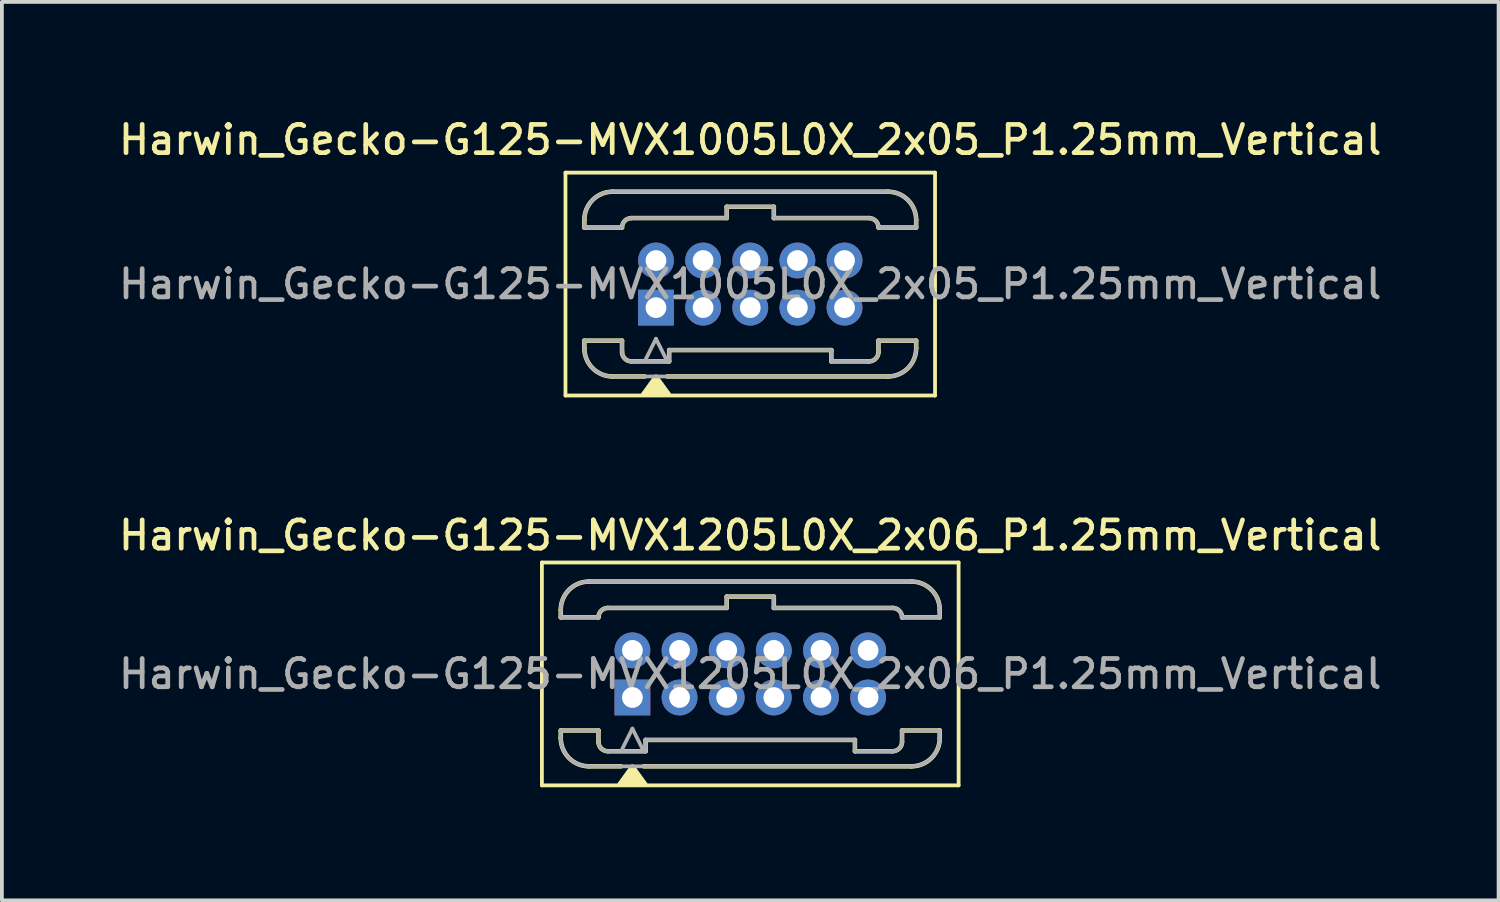
<source format=kicad_pcb>
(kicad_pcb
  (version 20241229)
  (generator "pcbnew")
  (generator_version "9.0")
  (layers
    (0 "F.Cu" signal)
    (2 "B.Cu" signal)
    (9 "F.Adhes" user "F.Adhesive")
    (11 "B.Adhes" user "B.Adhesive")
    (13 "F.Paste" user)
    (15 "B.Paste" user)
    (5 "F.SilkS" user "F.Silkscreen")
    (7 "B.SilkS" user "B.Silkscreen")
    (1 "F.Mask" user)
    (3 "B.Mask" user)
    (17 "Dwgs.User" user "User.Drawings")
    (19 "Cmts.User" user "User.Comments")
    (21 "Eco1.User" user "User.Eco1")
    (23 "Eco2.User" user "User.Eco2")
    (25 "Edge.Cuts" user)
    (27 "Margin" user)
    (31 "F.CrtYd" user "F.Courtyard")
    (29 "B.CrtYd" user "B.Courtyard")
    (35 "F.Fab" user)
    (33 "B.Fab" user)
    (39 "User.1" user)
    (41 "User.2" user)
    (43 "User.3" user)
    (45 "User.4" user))
  (footprint "Harwin_Gecko-G125-MVX1205L0X_2x06_P1.25mm_Vertical"
    (layer "F.Cu")
    (at 13.72 15.446)
    (property "Reference" "Harwin_Gecko-G125-MVX1205L0X_2x06_P1.25mm_Vertical" (at 3.125 -4.3 0) (layer "F.SilkS") (effects (font (size 0.75 0.75) (thickness 0.125))))
    (attr through_hole)
    (fp_line (start -2.4 -3.58) (end -2.4 2.33) (stroke (width 0.1) (type solid)) (layer "F.SilkS"))
    (fp_line (start -2.4 2.33) (end 8.65 2.33) (stroke (width 0.1) (type solid)) (layer "F.SilkS"))
    (fp_line (start -1.9 -2.325) (end -1.9 -2.125) (stroke (width 0.12) (type solid)) (layer "F.SilkS"))
    (fp_line (start -1.9 -2.125) (end -0.9 -2.125) (stroke (width 0.12) (type solid)) (layer "F.SilkS"))
    (fp_line (start -1.9 0.875) (end -0.9 0.875) (stroke (width 0.12) (type solid)) (layer "F.SilkS"))
    (fp_line (start -1.9 1.075) (end -1.9 0.875) (stroke (width 0.12) (type solid)) (layer "F.SilkS"))
    (fp_line (start -1.15 -3.075) (end 7.4 -3.075) (stroke (width 0.12) (type solid)) (layer "F.SilkS"))
    (fp_line (start -1.15 1.825) (end -0.3 1.825) (stroke (width 0.12) (type solid)) (layer "F.SilkS"))
    (fp_line (start -0.9 1.175) (end -0.9 0.875) (stroke (width 0.12) (type solid)) (layer "F.SilkS"))
    (fp_line (start -0.65 -2.375) (end 2.5 -2.375) (stroke (width 0.12) (type solid)) (layer "F.SilkS"))
    (fp_line (start -0.65 1.425) (end 0.35 1.425) (stroke (width 0.12) (type solid)) (layer "F.SilkS"))
    (fp_line (start 0.3 1.825) (end 7.4 1.825) (stroke (width 0.12) (type solid)) (layer "F.SilkS"))
    (fp_line (start 0.35 1.125) (end 5.9 1.125) (stroke (width 0.12) (type solid)) (layer "F.SilkS"))
    (fp_line (start 0.35 1.425) (end 0.35 1.125) (stroke (width 0.12) (type solid)) (layer "F.SilkS"))
    (fp_line (start 2.5 -2.675) (end 3.75 -2.675) (stroke (width 0.12) (type solid)) (layer "F.SilkS"))
    (fp_line (start 2.5 -2.375) (end 2.5 -2.675) (stroke (width 0.12) (type solid)) (layer "F.SilkS"))
    (fp_line (start 3.75 -2.675) (end 3.75 -2.375) (stroke (width 0.12) (type solid)) (layer "F.SilkS"))
    (fp_line (start 3.75 -2.375) (end 6.9 -2.375) (stroke (width 0.12) (type solid)) (layer "F.SilkS"))
    (fp_line (start 5.9 1.125) (end 5.9 1.425) (stroke (width 0.12) (type solid)) (layer "F.SilkS"))
    (fp_line (start 5.9 1.425) (end 6.9 1.425) (stroke (width 0.12) (type solid)) (layer "F.SilkS"))
    (fp_line (start 7.15 1.175) (end 7.15 0.875) (stroke (width 0.12) (type solid)) (layer "F.SilkS"))
    (fp_line (start 8.15 -2.325) (end 8.15 -2.125) (stroke (width 0.12) (type solid)) (layer "F.SilkS"))
    (fp_line (start 8.15 -2.125) (end 7.15 -2.125) (stroke (width 0.12) (type solid)) (layer "F.SilkS"))
    (fp_line (start 8.15 0.875) (end 7.15 0.875) (stroke (width 0.12) (type solid)) (layer "F.SilkS"))
    (fp_line (start 8.15 1.075) (end 8.15 0.875) (stroke (width 0.12) (type solid)) (layer "F.SilkS"))
    (fp_line (start 8.65 -3.58) (end -2.4 -3.58) (stroke (width 0.1) (type solid)) (layer "F.SilkS"))
    (fp_line (start 8.65 -3.58) (end 8.65 2.33) (stroke (width 0.1) (type solid)) (layer "F.SilkS"))
    (fp_arc (start -1.9 -2.325) (mid -1.68033 -2.85533) (end -1.15 -3.075) (stroke (width 0.12) (type solid)) (layer "F.SilkS"))
    (fp_arc (start -1.15 1.825) (mid -1.68033 1.60533) (end -1.9 1.075) (stroke (width 0.12) (type solid)) (layer "F.SilkS"))
    (fp_arc (start -0.9 -2.125) (mid -0.826777 -2.301777) (end -0.65 -2.375) (stroke (width 0.12) (type solid)) (layer "F.SilkS"))
    (fp_arc (start -0.65 1.425) (mid -0.826777 1.351777) (end -0.9 1.175) (stroke (width 0.12) (type solid)) (layer "F.SilkS"))
    (fp_arc (start 6.9 -2.375) (mid 7.076777 -2.301777) (end 7.15 -2.125) (stroke (width 0.12) (type solid)) (layer "F.SilkS"))
    (fp_arc (start 7.15 1.175) (mid 7.076777 1.351777) (end 6.9 1.425) (stroke (width 0.12) (type solid)) (layer "F.SilkS"))
    (fp_arc (start 7.4 -3.075) (mid 7.93033 -2.85533) (end 8.15 -2.325) (stroke (width 0.12) (type solid)) (layer "F.SilkS"))
    (fp_arc (start 8.15 1.075) (mid 7.93033 1.60533) (end 7.4 1.825) (stroke (width 0.12) (type solid)) (layer "F.SilkS"))
    (fp_poly (pts (xy 0 1.83) (xy -0.34 2.3) (xy 0.34 2.3) (xy 0 1.83)) (stroke (width 0.12) (type solid)) (fill yes) (layer "F.SilkS"))
    (fp_line (start -1.9 -2.325) (end -1.9 -2.125) (stroke (width 0.1) (type solid)) (layer "F.Fab"))
    (fp_line (start -1.9 -2.125) (end -0.9 -2.125) (stroke (width 0.1) (type solid)) (layer "F.Fab"))
    (fp_line (start -1.9 0.875) (end -0.9 0.875) (stroke (width 0.1) (type solid)) (layer "F.Fab"))
    (fp_line (start -1.9 1.075) (end -1.9 0.875) (stroke (width 0.1) (type solid)) (layer "F.Fab"))
    (fp_line (start -1.15 -3.075) (end 7.4 -3.075) (stroke (width 0.1) (type solid)) (layer "F.Fab"))
    (fp_line (start -1.15 1.825) (end 7.4 1.825) (stroke (width 0.1) (type solid)) (layer "F.Fab"))
    (fp_line (start -0.9 1.175) (end -0.9 0.875) (stroke (width 0.1) (type solid)) (layer "F.Fab"))
    (fp_line (start -0.65 -2.375) (end 2.5 -2.375) (stroke (width 0.1) (type solid)) (layer "F.Fab"))
    (fp_line (start -0.65 1.425) (end 0.35 1.425) (stroke (width 0.1) (type solid)) (layer "F.Fab"))
    (fp_line (start 0 0.825) (end -0.3 1.425) (stroke (width 0.1) (type solid)) (layer "F.Fab"))
    (fp_line (start 0.3 1.425) (end 0 0.825) (stroke (width 0.1) (type solid)) (layer "F.Fab"))
    (fp_line (start 0.35 1.125) (end 5.9 1.125) (stroke (width 0.1) (type solid)) (layer "F.Fab"))
    (fp_line (start 0.35 1.425) (end 0.35 1.125) (stroke (width 0.1) (type solid)) (layer "F.Fab"))
    (fp_line (start 2.5 -2.675) (end 3.75 -2.675) (stroke (width 0.1) (type solid)) (layer "F.Fab"))
    (fp_line (start 2.5 -2.375) (end 2.5 -2.675) (stroke (width 0.1) (type solid)) (layer "F.Fab"))
    (fp_line (start 3.75 -2.675) (end 3.75 -2.375) (stroke (width 0.1) (type solid)) (layer "F.Fab"))
    (fp_line (start 3.75 -2.375) (end 6.9 -2.375) (stroke (width 0.1) (type solid)) (layer "F.Fab"))
    (fp_line (start 5.9 1.125) (end 5.9 1.425) (stroke (width 0.1) (type solid)) (layer "F.Fab"))
    (fp_line (start 5.9 1.425) (end 6.9 1.425) (stroke (width 0.1) (type solid)) (layer "F.Fab"))
    (fp_line (start 7.15 1.175) (end 7.15 0.875) (stroke (width 0.1) (type solid)) (layer "F.Fab"))
    (fp_line (start 8.15 -2.325) (end 8.15 -2.125) (stroke (width 0.1) (type solid)) (layer "F.Fab"))
    (fp_line (start 8.15 -2.125) (end 7.15 -2.125) (stroke (width 0.1) (type solid)) (layer "F.Fab"))
    (fp_line (start 8.15 0.875) (end 7.15 0.875) (stroke (width 0.1) (type solid)) (layer "F.Fab"))
    (fp_line (start 8.15 1.075) (end 8.15 0.875) (stroke (width 0.1) (type solid)) (layer "F.Fab"))
    (fp_arc (start -1.9 -2.325) (mid -1.68033 -2.85533) (end -1.15 -3.075) (stroke (width 0.1) (type solid)) (layer "F.Fab"))
    (fp_arc (start -1.15 1.825) (mid -1.68033 1.60533) (end -1.9 1.075) (stroke (width 0.1) (type solid)) (layer "F.Fab"))
    (fp_arc (start -0.9 -2.125) (mid -0.826777 -2.301777) (end -0.65 -2.375) (stroke (width 0.1) (type solid)) (layer "F.Fab"))
    (fp_arc (start -0.65 1.425) (mid -0.826777 1.351777) (end -0.9 1.175) (stroke (width 0.1) (type solid)) (layer "F.Fab"))
    (fp_arc (start 6.9 -2.375) (mid 7.076777 -2.301777) (end 7.15 -2.125) (stroke (width 0.1) (type solid)) (layer "F.Fab"))
    (fp_arc (start 7.15 1.175) (mid 7.076777 1.351777) (end 6.9 1.425) (stroke (width 0.1) (type solid)) (layer "F.Fab"))
    (fp_arc (start 7.4 -3.075) (mid 7.93033 -2.85533) (end 8.15 -2.325) (stroke (width 0.1) (type solid)) (layer "F.Fab"))
    (fp_arc (start 8.15 1.075) (mid 7.93033 1.60533) (end 7.4 1.825) (stroke (width 0.1) (type solid)) (layer "F.Fab"))
    (fp_text user "${REFERENCE}" (at 3.125 -0.625 0) (layer "F.Fab") (effects (font (size 0.75 0.75) (thickness 0.125))))
    (pad "1" thru_hole rect (at 0 0) (size 0.95 0.95) (drill 0.55) (layers "*.Cu" "*.Mask"))
    (pad "2" thru_hole circle (at 1.25 0) (size 0.95 0.95) (drill 0.55) (layers "*.Cu" "*.Mask"))
    (pad "3" thru_hole circle (at 2.5 0) (size 0.95 0.95) (drill 0.55) (layers "*.Cu" "*.Mask"))
    (pad "4" thru_hole circle (at 3.75 0) (size 0.95 0.95) (drill 0.55) (layers "*.Cu" "*.Mask"))
    (pad "5" thru_hole circle (at 5 0) (size 0.95 0.95) (drill 0.55) (layers "*.Cu" "*.Mask"))
    (pad "6" thru_hole circle (at 6.25 0) (size 0.95 0.95) (drill 0.55) (layers "*.Cu" "*.Mask"))
    (pad "7" thru_hole circle (at 0 -1.25) (size 0.95 0.95) (drill 0.55) (layers "*.Cu" "*.Mask"))
    (pad "8" thru_hole circle (at 1.25 -1.25) (size 0.95 0.95) (drill 0.55) (layers "*.Cu" "*.Mask"))
    (pad "9" thru_hole circle (at 2.5 -1.25) (size 0.95 0.95) (drill 0.55) (layers "*.Cu" "*.Mask"))
    (pad "10" thru_hole circle (at 3.75 -1.25) (size 0.95 0.95) (drill 0.55) (layers "*.Cu" "*.Mask"))
    (pad "11" thru_hole circle (at 5 -1.25) (size 0.95 0.95) (drill 0.55) (layers "*.Cu" "*.Mask"))
    (pad "12" thru_hole circle (at 6.25 -1.25) (size 0.95 0.95) (drill 0.55) (layers "*.Cu" "*.Mask")))
  (footprint "Harwin_Gecko-G125-MVX1005L0X_2x05_P1.25mm_Vertical"
    (layer "F.Cu")
    (at 14.345 5.108)
    (property "Reference" "Harwin_Gecko-G125-MVX1005L0X_2x05_P1.25mm_Vertical" (at 2.5 -4.45 0) (layer "F.SilkS") (effects (font (size 0.75 0.75) (thickness 0.125))))
    (attr through_hole)
    (fp_line (start -2.4 -3.58) (end -2.4 2.33) (stroke (width 0.1) (type solid)) (layer "F.SilkS"))
    (fp_line (start -2.4 2.33) (end 7.4 2.33) (stroke (width 0.1) (type solid)) (layer "F.SilkS"))
    (fp_line (start -1.9 -2.325) (end -1.9 -2.125) (stroke (width 0.12) (type solid)) (layer "F.SilkS"))
    (fp_line (start -1.9 -2.125) (end -0.9 -2.125) (stroke (width 0.12) (type solid)) (layer "F.SilkS"))
    (fp_line (start -1.9 0.875) (end -0.9 0.875) (stroke (width 0.12) (type solid)) (layer "F.SilkS"))
    (fp_line (start -1.9 1.075) (end -1.9 0.875) (stroke (width 0.12) (type solid)) (layer "F.SilkS"))
    (fp_line (start -1.15 -3.075) (end 6.15 -3.075) (stroke (width 0.12) (type solid)) (layer "F.SilkS"))
    (fp_line (start -1.15 1.825) (end -0.3 1.825) (stroke (width 0.12) (type solid)) (layer "F.SilkS"))
    (fp_line (start -0.9 1.175) (end -0.9 0.875) (stroke (width 0.12) (type solid)) (layer "F.SilkS"))
    (fp_line (start -0.65 -2.375) (end 1.875 -2.375) (stroke (width 0.12) (type solid)) (layer "F.SilkS"))
    (fp_line (start -0.65 1.425) (end 0.35 1.425) (stroke (width 0.12) (type solid)) (layer "F.SilkS"))
    (fp_line (start 0.3 1.825) (end 6.15 1.825) (stroke (width 0.12) (type solid)) (layer "F.SilkS"))
    (fp_line (start 0.35 1.125) (end 4.65 1.125) (stroke (width 0.12) (type solid)) (layer "F.SilkS"))
    (fp_line (start 0.35 1.425) (end 0.35 1.125) (stroke (width 0.12) (type solid)) (layer "F.SilkS"))
    (fp_line (start 1.875 -2.675) (end 3.125 -2.675) (stroke (width 0.12) (type solid)) (layer "F.SilkS"))
    (fp_line (start 1.875 -2.375) (end 1.875 -2.675) (stroke (width 0.12) (type solid)) (layer "F.SilkS"))
    (fp_line (start 3.125 -2.675) (end 3.125 -2.375) (stroke (width 0.12) (type solid)) (layer "F.SilkS"))
    (fp_line (start 3.125 -2.375) (end 5.65 -2.375) (stroke (width 0.12) (type solid)) (layer "F.SilkS"))
    (fp_line (start 4.65 1.125) (end 4.65 1.425) (stroke (width 0.12) (type solid)) (layer "F.SilkS"))
    (fp_line (start 4.65 1.425) (end 5.65 1.425) (stroke (width 0.12) (type solid)) (layer "F.SilkS"))
    (fp_line (start 5.9 1.175) (end 5.9 0.875) (stroke (width 0.12) (type solid)) (layer "F.SilkS"))
    (fp_line (start 6.9 -2.325) (end 6.9 -2.125) (stroke (width 0.12) (type solid)) (layer "F.SilkS"))
    (fp_line (start 6.9 -2.125) (end 5.9 -2.125) (stroke (width 0.12) (type solid)) (layer "F.SilkS"))
    (fp_line (start 6.9 0.875) (end 5.9 0.875) (stroke (width 0.12) (type solid)) (layer "F.SilkS"))
    (fp_line (start 6.9 1.075) (end 6.9 0.875) (stroke (width 0.12) (type solid)) (layer "F.SilkS"))
    (fp_line (start 7.4 -3.58) (end -2.4 -3.58) (stroke (width 0.1) (type solid)) (layer "F.SilkS"))
    (fp_line (start 7.4 -3.58) (end 7.4 2.33) (stroke (width 0.1) (type solid)) (layer "F.SilkS"))
    (fp_arc (start -1.9 -2.325) (mid -1.68033 -2.85533) (end -1.15 -3.075) (stroke (width 0.12) (type solid)) (layer "F.SilkS"))
    (fp_arc (start -1.15 1.825) (mid -1.68033 1.60533) (end -1.9 1.075) (stroke (width 0.12) (type solid)) (layer "F.SilkS"))
    (fp_arc (start -0.9 -2.125) (mid -0.826777 -2.301777) (end -0.65 -2.375) (stroke (width 0.12) (type solid)) (layer "F.SilkS"))
    (fp_arc (start -0.65 1.425) (mid -0.826777 1.351777) (end -0.9 1.175) (stroke (width 0.12) (type solid)) (layer "F.SilkS"))
    (fp_arc (start 5.65 -2.375) (mid 5.826777 -2.301777) (end 5.9 -2.125) (stroke (width 0.12) (type solid)) (layer "F.SilkS"))
    (fp_arc (start 5.9 1.175) (mid 5.826777 1.351777) (end 5.65 1.425) (stroke (width 0.12) (type solid)) (layer "F.SilkS"))
    (fp_arc (start 6.15 -3.075) (mid 6.68033 -2.85533) (end 6.9 -2.325) (stroke (width 0.12) (type solid)) (layer "F.SilkS"))
    (fp_arc (start 6.9 1.075) (mid 6.68033 1.60533) (end 6.15 1.825) (stroke (width 0.12) (type solid)) (layer "F.SilkS"))
    (fp_poly (pts (xy 0 1.83) (xy -0.34 2.3) (xy 0.34 2.3) (xy 0 1.83)) (stroke (width 0.12) (type solid)) (fill yes) (layer "F.SilkS"))
    (fp_line (start -1.9 -2.325) (end -1.9 -2.125) (stroke (width 0.1) (type solid)) (layer "F.Fab"))
    (fp_line (start -1.9 -2.125) (end -0.9 -2.125) (stroke (width 0.1) (type solid)) (layer "F.Fab"))
    (fp_line (start -1.9 0.875) (end -0.9 0.875) (stroke (width 0.1) (type solid)) (layer "F.Fab"))
    (fp_line (start -1.9 1.075) (end -1.9 0.875) (stroke (width 0.1) (type solid)) (layer "F.Fab"))
    (fp_line (start -1.15 -3.075) (end 6.15 -3.075) (stroke (width 0.1) (type solid)) (layer "F.Fab"))
    (fp_line (start -1.15 1.825) (end 6.15 1.825) (stroke (width 0.1) (type solid)) (layer "F.Fab"))
    (fp_line (start -0.9 1.175) (end -0.9 0.875) (stroke (width 0.1) (type solid)) (layer "F.Fab"))
    (fp_line (start -0.65 -2.375) (end 1.875 -2.375) (stroke (width 0.1) (type solid)) (layer "F.Fab"))
    (fp_line (start -0.65 1.425) (end 0.35 1.425) (stroke (width 0.1) (type solid)) (layer "F.Fab"))
    (fp_line (start 0 0.825) (end -0.3 1.425) (stroke (width 0.1) (type solid)) (layer "F.Fab"))
    (fp_line (start 0.3 1.425) (end 0 0.825) (stroke (width 0.1) (type solid)) (layer "F.Fab"))
    (fp_line (start 0.35 1.125) (end 4.65 1.125) (stroke (width 0.1) (type solid)) (layer "F.Fab"))
    (fp_line (start 0.35 1.425) (end 0.35 1.125) (stroke (width 0.1) (type solid)) (layer "F.Fab"))
    (fp_line (start 1.875 -2.675) (end 3.125 -2.675) (stroke (width 0.1) (type solid)) (layer "F.Fab"))
    (fp_line (start 1.875 -2.375) (end 1.875 -2.675) (stroke (width 0.1) (type solid)) (layer "F.Fab"))
    (fp_line (start 3.125 -2.675) (end 3.125 -2.375) (stroke (width 0.1) (type solid)) (layer "F.Fab"))
    (fp_line (start 3.125 -2.375) (end 5.65 -2.375) (stroke (width 0.1) (type solid)) (layer "F.Fab"))
    (fp_line (start 4.65 1.125) (end 4.65 1.425) (stroke (width 0.1) (type solid)) (layer "F.Fab"))
    (fp_line (start 4.65 1.425) (end 5.65 1.425) (stroke (width 0.1) (type solid)) (layer "F.Fab"))
    (fp_line (start 5.9 1.175) (end 5.9 0.875) (stroke (width 0.1) (type solid)) (layer "F.Fab"))
    (fp_line (start 6.9 -2.325) (end 6.9 -2.125) (stroke (width 0.1) (type solid)) (layer "F.Fab"))
    (fp_line (start 6.9 -2.125) (end 5.9 -2.125) (stroke (width 0.1) (type solid)) (layer "F.Fab"))
    (fp_line (start 6.9 0.875) (end 5.9 0.875) (stroke (width 0.1) (type solid)) (layer "F.Fab"))
    (fp_line (start 6.9 1.075) (end 6.9 0.875) (stroke (width 0.1) (type solid)) (layer "F.Fab"))
    (fp_arc (start -1.9 -2.325) (mid -1.68033 -2.85533) (end -1.15 -3.075) (stroke (width 0.1) (type solid)) (layer "F.Fab"))
    (fp_arc (start -1.15 1.825) (mid -1.68033 1.60533) (end -1.9 1.075) (stroke (width 0.1) (type solid)) (layer "F.Fab"))
    (fp_arc (start -0.9 -2.125) (mid -0.826777 -2.301777) (end -0.65 -2.375) (stroke (width 0.1) (type solid)) (layer "F.Fab"))
    (fp_arc (start -0.65 1.425) (mid -0.826777 1.351777) (end -0.9 1.175) (stroke (width 0.1) (type solid)) (layer "F.Fab"))
    (fp_arc (start 5.65 -2.375) (mid 5.826777 -2.301777) (end 5.9 -2.125) (stroke (width 0.1) (type solid)) (layer "F.Fab"))
    (fp_arc (start 5.9 1.175) (mid 5.826777 1.351777) (end 5.65 1.425) (stroke (width 0.1) (type solid)) (layer "F.Fab"))
    (fp_arc (start 6.15 -3.075) (mid 6.68033 -2.85533) (end 6.9 -2.325) (stroke (width 0.1) (type solid)) (layer "F.Fab"))
    (fp_arc (start 6.9 1.075) (mid 6.68033 1.60533) (end 6.15 1.825) (stroke (width 0.1) (type solid)) (layer "F.Fab"))
    (fp_text user "${REFERENCE}" (at 2.5 -0.625 0) (layer "F.Fab") (effects (font (size 0.75 0.75) (thickness 0.125))))
    (pad "1" thru_hole rect (at 0 0) (size 0.95 0.95) (drill 0.55) (layers "*.Cu" "*.Mask"))
    (pad "2" thru_hole circle (at 1.25 0) (size 0.95 0.95) (drill 0.55) (layers "*.Cu" "*.Mask"))
    (pad "3" thru_hole circle (at 2.5 0) (size 0.95 0.95) (drill 0.55) (layers "*.Cu" "*.Mask"))
    (pad "4" thru_hole circle (at 3.75 0) (size 0.95 0.95) (drill 0.55) (layers "*.Cu" "*.Mask"))
    (pad "5" thru_hole circle (at 5 0) (size 0.95 0.95) (drill 0.55) (layers "*.Cu" "*.Mask"))
    (pad "6" thru_hole circle (at 0 -1.25) (size 0.95 0.95) (drill 0.55) (layers "*.Cu" "*.Mask"))
    (pad "7" thru_hole circle (at 2.5 -1.25) (size 0.95 0.95) (drill 0.55) (layers "*.Cu" "*.Mask"))
    (pad "8" thru_hole circle (at 1.25 -1.25) (size 0.95 0.95) (drill 0.55) (layers "*.Cu" "*.Mask"))
    (pad "9" thru_hole circle (at 3.75 -1.25) (size 0.95 0.95) (drill 0.55) (layers "*.Cu" "*.Mask"))
    (pad "10" thru_hole circle (at 5 -1.25) (size 0.95 0.95) (drill 0.55) (layers "*.Cu" "*.Mask")))
  (gr_rect
    (start -3 -3)
    (end 36.689 20.826)
    (stroke (width 0.1) (type default))
    (fill no)
    (layer "Edge.Cuts")))
</source>
